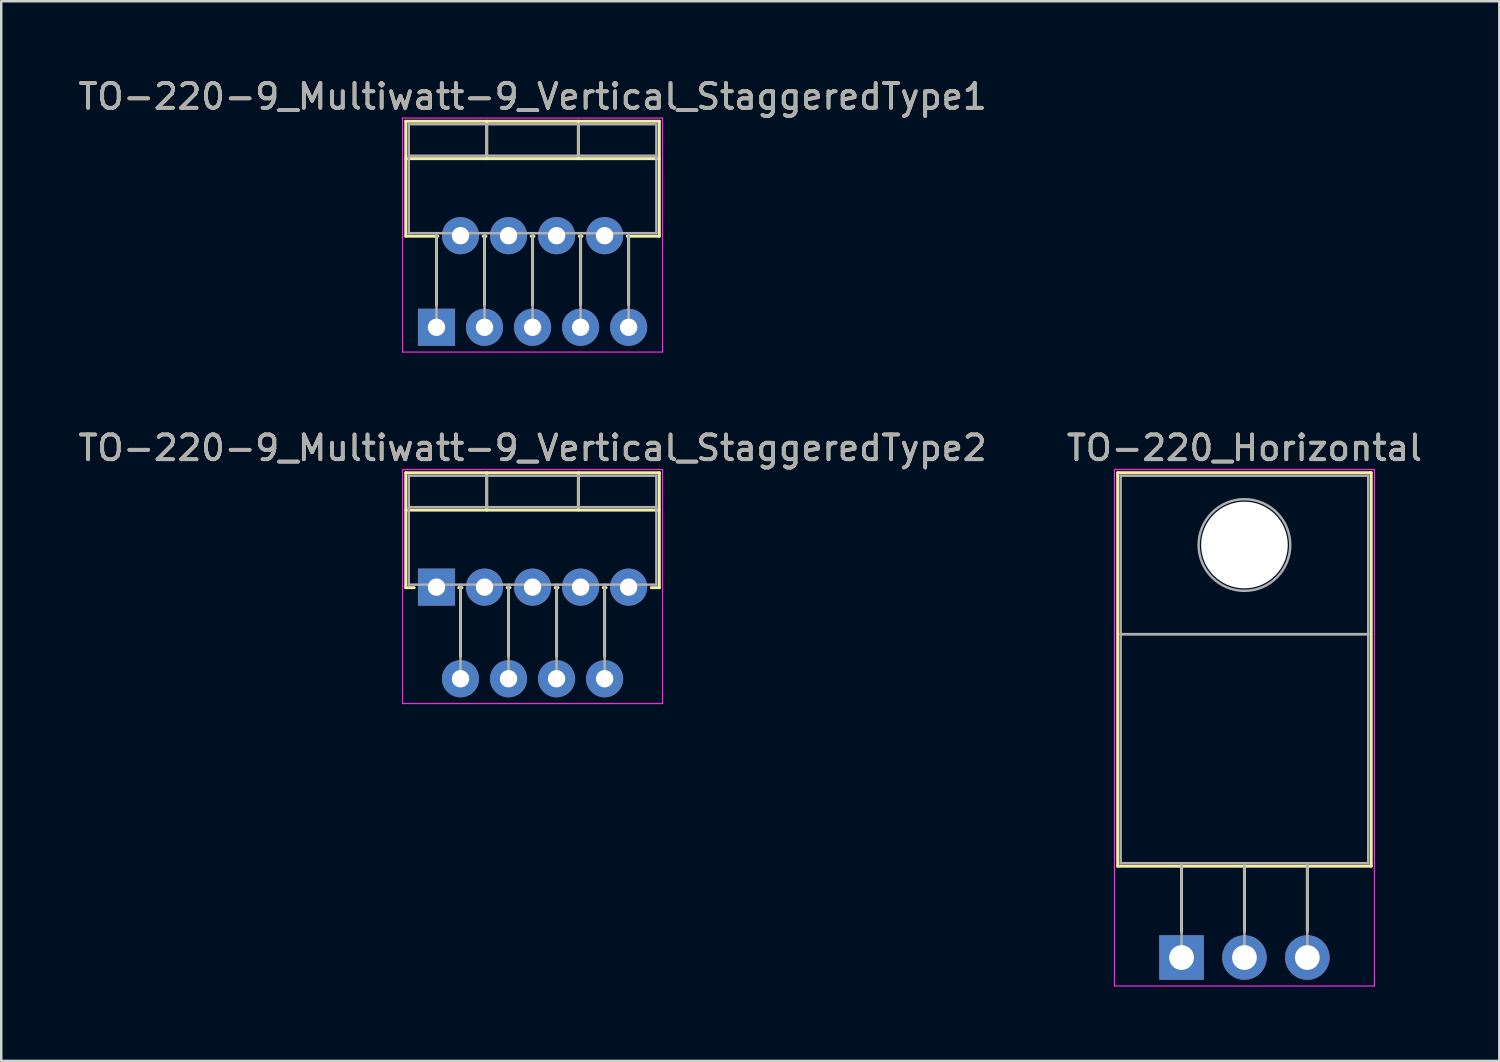
<source format=kicad_pcb>
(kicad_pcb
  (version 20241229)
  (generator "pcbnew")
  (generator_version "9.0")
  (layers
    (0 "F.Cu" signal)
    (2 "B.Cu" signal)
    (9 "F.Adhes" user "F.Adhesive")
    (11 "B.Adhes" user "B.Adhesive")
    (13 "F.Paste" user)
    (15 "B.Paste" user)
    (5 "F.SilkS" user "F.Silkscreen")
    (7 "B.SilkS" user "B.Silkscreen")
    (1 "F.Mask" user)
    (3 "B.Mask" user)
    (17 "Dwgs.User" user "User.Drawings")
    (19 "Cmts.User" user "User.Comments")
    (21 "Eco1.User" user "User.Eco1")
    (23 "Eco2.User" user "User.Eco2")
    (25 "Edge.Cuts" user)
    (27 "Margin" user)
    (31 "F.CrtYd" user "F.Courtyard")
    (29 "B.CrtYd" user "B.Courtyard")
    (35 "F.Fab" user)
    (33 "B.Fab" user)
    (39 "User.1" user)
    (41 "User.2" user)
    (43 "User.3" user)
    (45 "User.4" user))
  (footprint "TO-220-9_Multiwatt-9_Vertical_StaggeredType1"
    (layer "F.Cu")
    (at 14.578 10.168)
    (property "Reference" "TO-220-9_Multiwatt-9_Vertical_StaggeredType1" (at 3.88 -9.32 0) (layer "F.SilkS") (effects (font (size 1 1) (thickness 0.15))))
    (attr through_hole)
    (fp_line (start -1.241 -8.32) (end -1.241 -3.679) (stroke (width 0.12) (type solid)) (layer "F.SilkS"))
    (fp_line (start -1.241 -8.32) (end 9 -8.32) (stroke (width 0.12) (type solid)) (layer "F.SilkS"))
    (fp_line (start -1.241 -6.811) (end 9 -6.811) (stroke (width 0.12) (type solid)) (layer "F.SilkS"))
    (fp_line (start -1.241 -3.679) (end 0.055 -3.679) (stroke (width 0.12) (type solid)) (layer "F.SilkS"))
    (fp_line (start 0 -3.679) (end 0 -0.9) (stroke (width 0.12) (type solid)) (layer "F.SilkS"))
    (fp_line (start 1.885 -3.679) (end 1.996 -3.679) (stroke (width 0.12) (type solid)) (layer "F.SilkS"))
    (fp_line (start 1.94 -3.679) (end 1.94 -0.915) (stroke (width 0.12) (type solid)) (layer "F.SilkS"))
    (fp_line (start 2.03 -8.32) (end 2.03 -6.811) (stroke (width 0.12) (type solid)) (layer "F.SilkS"))
    (fp_line (start 3.825 -3.679) (end 3.935 -3.679) (stroke (width 0.12) (type solid)) (layer "F.SilkS"))
    (fp_line (start 3.88 -3.679) (end 3.88 -0.915) (stroke (width 0.12) (type solid)) (layer "F.SilkS"))
    (fp_line (start 5.73 -8.32) (end 5.73 -6.811) (stroke (width 0.12) (type solid)) (layer "F.SilkS"))
    (fp_line (start 5.765 -3.679) (end 5.875 -3.679) (stroke (width 0.12) (type solid)) (layer "F.SilkS"))
    (fp_line (start 5.82 -3.679) (end 5.82 -0.915) (stroke (width 0.12) (type solid)) (layer "F.SilkS"))
    (fp_line (start 7.705 -3.679) (end 9 -3.679) (stroke (width 0.12) (type solid)) (layer "F.SilkS"))
    (fp_line (start 7.76 -3.679) (end 7.76 -0.915) (stroke (width 0.12) (type solid)) (layer "F.SilkS"))
    (fp_line (start 9 -8.32) (end 9 -3.679) (stroke (width 0.12) (type solid)) (layer "F.SilkS"))
    (fp_line (start -1.37 -8.45) (end -1.37 1) (stroke (width 0.05) (type solid)) (layer "F.CrtYd"))
    (fp_line (start -1.37 1) (end 9.13 1) (stroke (width 0.05) (type solid)) (layer "F.CrtYd"))
    (fp_line (start 9.13 -8.45) (end -1.37 -8.45) (stroke (width 0.05) (type solid)) (layer "F.CrtYd"))
    (fp_line (start 9.13 1) (end 9.13 -8.45) (stroke (width 0.05) (type solid)) (layer "F.CrtYd"))
    (fp_line (start -1.12 -8.2) (end -1.12 -3.8) (stroke (width 0.1) (type solid)) (layer "F.Fab"))
    (fp_line (start -1.12 -6.93) (end 8.88 -6.93) (stroke (width 0.1) (type solid)) (layer "F.Fab"))
    (fp_line (start -1.12 -3.8) (end 8.88 -3.8) (stroke (width 0.1) (type solid)) (layer "F.Fab"))
    (fp_line (start 0 -3.8) (end 0 0) (stroke (width 0.1) (type solid)) (layer "F.Fab"))
    (fp_line (start 0.97 -3.8) (end 0.97 -3.7) (stroke (width 0.1) (type solid)) (layer "F.Fab"))
    (fp_line (start 1.94 -3.8) (end 1.94 0) (stroke (width 0.1) (type solid)) (layer "F.Fab"))
    (fp_line (start 2.03 -8.2) (end 2.03 -6.93) (stroke (width 0.1) (type solid)) (layer "F.Fab"))
    (fp_line (start 2.91 -3.8) (end 2.91 -3.7) (stroke (width 0.1) (type solid)) (layer "F.Fab"))
    (fp_line (start 3.88 -3.8) (end 3.88 0) (stroke (width 0.1) (type solid)) (layer "F.Fab"))
    (fp_line (start 4.85 -3.8) (end 4.85 -3.7) (stroke (width 0.1) (type solid)) (layer "F.Fab"))
    (fp_line (start 5.73 -8.2) (end 5.73 -6.93) (stroke (width 0.1) (type solid)) (layer "F.Fab"))
    (fp_line (start 5.82 -3.8) (end 5.82 0) (stroke (width 0.1) (type solid)) (layer "F.Fab"))
    (fp_line (start 6.79 -3.8) (end 6.79 -3.7) (stroke (width 0.1) (type solid)) (layer "F.Fab"))
    (fp_line (start 7.76 -3.8) (end 7.76 0) (stroke (width 0.1) (type solid)) (layer "F.Fab"))
    (fp_line (start 8.88 -8.2) (end -1.12 -8.2) (stroke (width 0.1) (type solid)) (layer "F.Fab"))
    (fp_line (start 8.88 -3.8) (end 8.88 -8.2) (stroke (width 0.1) (type solid)) (layer "F.Fab"))
    (fp_text user "${REFERENCE}" (at 3.88 -9.32 0) (layer "F.Fab") (effects (font (size 1 1) (thickness 0.15))))
    (pad "1" thru_hole rect (at 0 0) (size 1.5 1.5) (drill 0.7) (layers "*.Cu" "*.Mask"))
    (pad "2" thru_hole oval (at 0.97 -3.7) (size 1.5 1.5) (drill 0.7) (layers "*.Cu" "*.Mask"))
    (pad "3" thru_hole oval (at 1.94 0) (size 1.5 1.5) (drill 0.7) (layers "*.Cu" "*.Mask"))
    (pad "4" thru_hole oval (at 2.91 -3.7) (size 1.5 1.5) (drill 0.7) (layers "*.Cu" "*.Mask"))
    (pad "5" thru_hole oval (at 3.88 0) (size 1.5 1.5) (drill 0.7) (layers "*.Cu" "*.Mask"))
    (pad "6" thru_hole oval (at 4.85 -3.7) (size 1.5 1.5) (drill 0.7) (layers "*.Cu" "*.Mask"))
    (pad "7" thru_hole oval (at 5.82 0) (size 1.5 1.5) (drill 0.7) (layers "*.Cu" "*.Mask"))
    (pad "8" thru_hole oval (at 6.79 -3.7) (size 1.5 1.5) (drill 0.7) (layers "*.Cu" "*.Mask"))
    (pad "9" thru_hole oval (at 7.76 0) (size 1.5 1.5) (drill 0.7) (layers "*.Cu" "*.Mask")))
  (footprint "TO-220-9_Multiwatt-9_Vertical_StaggeredType2"
    (layer "F.Cu")
    (at 14.578 20.662)
    (property "Reference" "TO-220-9_Multiwatt-9_Vertical_StaggeredType2" (at 3.88 -5.62 0) (layer "F.SilkS") (effects (font (size 1 1) (thickness 0.15))))
    (attr through_hole)
    (fp_line (start -1.241 -4.62) (end -1.241 0.021) (stroke (width 0.12) (type solid)) (layer "F.SilkS"))
    (fp_line (start -1.241 -4.62) (end 9 -4.62) (stroke (width 0.12) (type solid)) (layer "F.SilkS"))
    (fp_line (start -1.241 -3.111) (end 9 -3.111) (stroke (width 0.12) (type solid)) (layer "F.SilkS"))
    (fp_line (start -1.241 0.021) (end -0.9 0.021) (stroke (width 0.12) (type solid)) (layer "F.SilkS"))
    (fp_line (start 0.9 0.021) (end 1.025 0.021) (stroke (width 0.12) (type solid)) (layer "F.SilkS"))
    (fp_line (start 0.97 0.021) (end 0.97 2.785) (stroke (width 0.12) (type solid)) (layer "F.SilkS"))
    (fp_line (start 2.03 -4.62) (end 2.03 -3.111) (stroke (width 0.12) (type solid)) (layer "F.SilkS"))
    (fp_line (start 2.855 0.021) (end 2.965 0.021) (stroke (width 0.12) (type solid)) (layer "F.SilkS"))
    (fp_line (start 2.91 0.021) (end 2.91 2.785) (stroke (width 0.12) (type solid)) (layer "F.SilkS"))
    (fp_line (start 4.795 0.021) (end 4.905 0.021) (stroke (width 0.12) (type solid)) (layer "F.SilkS"))
    (fp_line (start 4.85 0.021) (end 4.85 2.785) (stroke (width 0.12) (type solid)) (layer "F.SilkS"))
    (fp_line (start 5.73 -4.62) (end 5.73 -3.111) (stroke (width 0.12) (type solid)) (layer "F.SilkS"))
    (fp_line (start 6.735 0.021) (end 6.845 0.021) (stroke (width 0.12) (type solid)) (layer "F.SilkS"))
    (fp_line (start 6.79 0.021) (end 6.79 2.785) (stroke (width 0.12) (type solid)) (layer "F.SilkS"))
    (fp_line (start 8.675 0.021) (end 9 0.021) (stroke (width 0.12) (type solid)) (layer "F.SilkS"))
    (fp_line (start 9 -4.62) (end 9 0.021) (stroke (width 0.12) (type solid)) (layer "F.SilkS"))
    (fp_line (start -1.37 -4.75) (end -1.37 4.7) (stroke (width 0.05) (type solid)) (layer "F.CrtYd"))
    (fp_line (start -1.37 4.7) (end 9.13 4.7) (stroke (width 0.05) (type solid)) (layer "F.CrtYd"))
    (fp_line (start 9.13 -4.75) (end -1.37 -4.75) (stroke (width 0.05) (type solid)) (layer "F.CrtYd"))
    (fp_line (start 9.13 4.7) (end 9.13 -4.75) (stroke (width 0.05) (type solid)) (layer "F.CrtYd"))
    (fp_line (start -1.12 -4.5) (end -1.12 -0.1) (stroke (width 0.1) (type solid)) (layer "F.Fab"))
    (fp_line (start -1.12 -3.23) (end 8.88 -3.23) (stroke (width 0.1) (type solid)) (layer "F.Fab"))
    (fp_line (start -1.12 -0.1) (end 8.88 -0.1) (stroke (width 0.1) (type solid)) (layer "F.Fab"))
    (fp_line (start 0 -0.1) (end 0 0) (stroke (width 0.1) (type solid)) (layer "F.Fab"))
    (fp_line (start 0.97 -0.1) (end 0.97 3.7) (stroke (width 0.1) (type solid)) (layer "F.Fab"))
    (fp_line (start 1.94 -0.1) (end 1.94 0) (stroke (width 0.1) (type solid)) (layer "F.Fab"))
    (fp_line (start 2.03 -4.5) (end 2.03 -3.23) (stroke (width 0.1) (type solid)) (layer "F.Fab"))
    (fp_line (start 2.91 -0.1) (end 2.91 3.7) (stroke (width 0.1) (type solid)) (layer "F.Fab"))
    (fp_line (start 3.88 -0.1) (end 3.88 0) (stroke (width 0.1) (type solid)) (layer "F.Fab"))
    (fp_line (start 4.85 -0.1) (end 4.85 3.7) (stroke (width 0.1) (type solid)) (layer "F.Fab"))
    (fp_line (start 5.73 -4.5) (end 5.73 -3.23) (stroke (width 0.1) (type solid)) (layer "F.Fab"))
    (fp_line (start 5.82 -0.1) (end 5.82 0) (stroke (width 0.1) (type solid)) (layer "F.Fab"))
    (fp_line (start 6.79 -0.1) (end 6.79 3.7) (stroke (width 0.1) (type solid)) (layer "F.Fab"))
    (fp_line (start 7.76 -0.1) (end 7.76 0) (stroke (width 0.1) (type solid)) (layer "F.Fab"))
    (fp_line (start 8.88 -4.5) (end -1.12 -4.5) (stroke (width 0.1) (type solid)) (layer "F.Fab"))
    (fp_line (start 8.88 -0.1) (end 8.88 -4.5) (stroke (width 0.1) (type solid)) (layer "F.Fab"))
    (fp_text user "${REFERENCE}" (at 3.88 -5.62 0) (layer "F.Fab") (effects (font (size 1 1) (thickness 0.15))))
    (pad "1" thru_hole rect (at 0 0) (size 1.5 1.5) (drill 0.7) (layers "*.Cu" "*.Mask"))
    (pad "2" thru_hole oval (at 0.97 3.7) (size 1.5 1.5) (drill 0.7) (layers "*.Cu" "*.Mask"))
    (pad "3" thru_hole oval (at 1.94 0) (size 1.5 1.5) (drill 0.7) (layers "*.Cu" "*.Mask"))
    (pad "4" thru_hole oval (at 2.91 3.7) (size 1.5 1.5) (drill 0.7) (layers "*.Cu" "*.Mask"))
    (pad "5" thru_hole oval (at 3.88 0) (size 1.5 1.5) (drill 0.7) (layers "*.Cu" "*.Mask"))
    (pad "6" thru_hole oval (at 4.85 3.7) (size 1.5 1.5) (drill 0.7) (layers "*.Cu" "*.Mask"))
    (pad "7" thru_hole oval (at 5.82 0) (size 1.5 1.5) (drill 0.7) (layers "*.Cu" "*.Mask"))
    (pad "8" thru_hole oval (at 6.79 3.7) (size 1.5 1.5) (drill 0.7) (layers "*.Cu" "*.Mask"))
    (pad "9" thru_hole oval (at 7.76 0) (size 1.5 1.5) (drill 0.7) (layers "*.Cu" "*.Mask")))
  (footprint "TO-220_Horizontal"
    (layer "F.Cu")
    (at 44.668 35.621)
    (property "Reference" "TO-220_Horizontal" (at 2.54 -20.58 0) (layer "F.SilkS") (effects (font (size 1 1) (thickness 0.15))))
    (attr through_hole)
    (fp_line (start -2.58 -19.58) (end -2.58 -3.69) (stroke (width 0.12) (type solid)) (layer "F.SilkS"))
    (fp_line (start -2.58 -19.58) (end 7.66 -19.58) (stroke (width 0.12) (type solid)) (layer "F.SilkS"))
    (fp_line (start -2.58 -3.69) (end 7.66 -3.69) (stroke (width 0.12) (type solid)) (layer "F.SilkS"))
    (fp_line (start 0 -3.69) (end 0 -1.05) (stroke (width 0.12) (type solid)) (layer "F.SilkS"))
    (fp_line (start 2.54 -3.69) (end 2.54 -1.066) (stroke (width 0.12) (type solid)) (layer "F.SilkS"))
    (fp_line (start 5.08 -3.69) (end 5.08 -1.066) (stroke (width 0.12) (type solid)) (layer "F.SilkS"))
    (fp_line (start 7.66 -19.58) (end 7.66 -3.69) (stroke (width 0.12) (type solid)) (layer "F.SilkS"))
    (fp_line (start -2.71 -19.71) (end -2.71 1.15) (stroke (width 0.05) (type solid)) (layer "F.CrtYd"))
    (fp_line (start -2.71 1.15) (end 7.79 1.15) (stroke (width 0.05) (type solid)) (layer "F.CrtYd"))
    (fp_line (start 7.79 -19.71) (end -2.71 -19.71) (stroke (width 0.05) (type solid)) (layer "F.CrtYd"))
    (fp_line (start 7.79 1.15) (end 7.79 -19.71) (stroke (width 0.05) (type solid)) (layer "F.CrtYd"))
    (fp_line (start -2.46 -19.46) (end 7.54 -19.46) (stroke (width 0.1) (type solid)) (layer "F.Fab"))
    (fp_line (start -2.46 -13.06) (end -2.46 -19.46) (stroke (width 0.1) (type solid)) (layer "F.Fab"))
    (fp_line (start -2.46 -13.06) (end 7.54 -13.06) (stroke (width 0.1) (type solid)) (layer "F.Fab"))
    (fp_line (start -2.46 -3.81) (end -2.46 -13.06) (stroke (width 0.1) (type solid)) (layer "F.Fab"))
    (fp_line (start 0 -3.81) (end 0 0) (stroke (width 0.1) (type solid)) (layer "F.Fab"))
    (fp_line (start 2.54 -3.81) (end 2.54 0) (stroke (width 0.1) (type solid)) (layer "F.Fab"))
    (fp_line (start 5.08 -3.81) (end 5.08 0) (stroke (width 0.1) (type solid)) (layer "F.Fab"))
    (fp_line (start 7.54 -19.46) (end 7.54 -13.06) (stroke (width 0.1) (type solid)) (layer "F.Fab"))
    (fp_line (start 7.54 -13.06) (end -2.46 -13.06) (stroke (width 0.1) (type solid)) (layer "F.Fab"))
    (fp_line (start 7.54 -13.06) (end 7.54 -3.81) (stroke (width 0.1) (type solid)) (layer "F.Fab"))
    (fp_line (start 7.54 -3.81) (end -2.46 -3.81) (stroke (width 0.1) (type solid)) (layer "F.Fab"))
    (fp_circle (center 2.54 -16.66) (end 4.39 -16.66) (stroke (width 0.1) (type solid)) (fill no) (layer "F.Fab"))
    (fp_text user "${REFERENCE}" (at 2.54 -20.58 0) (layer "F.Fab") (effects (font (size 1 1) (thickness 0.15))))
    (pad "" np_thru_hole oval (at 2.54 -16.66) (size 3.5 3.5) (drill 3.5) (layers "*.Cu" "*.Mask"))
    (pad "1" thru_hole rect (at 0 0) (size 1.8 1.8) (drill 1) (layers "*.Cu" "*.Mask"))
    (pad "2" thru_hole oval (at 2.54 0) (size 1.8 1.8) (drill 1) (layers "*.Cu" "*.Mask"))
    (pad "3" thru_hole oval (at 5.08 0) (size 1.8 1.8) (drill 1) (layers "*.Cu" "*.Mask")))
  (gr_rect
    (start -3 -3)
    (end 57.5 39.797)
    (stroke (width 0.1) (type default))
    (fill no)
    (layer "Edge.Cuts")))
</source>
